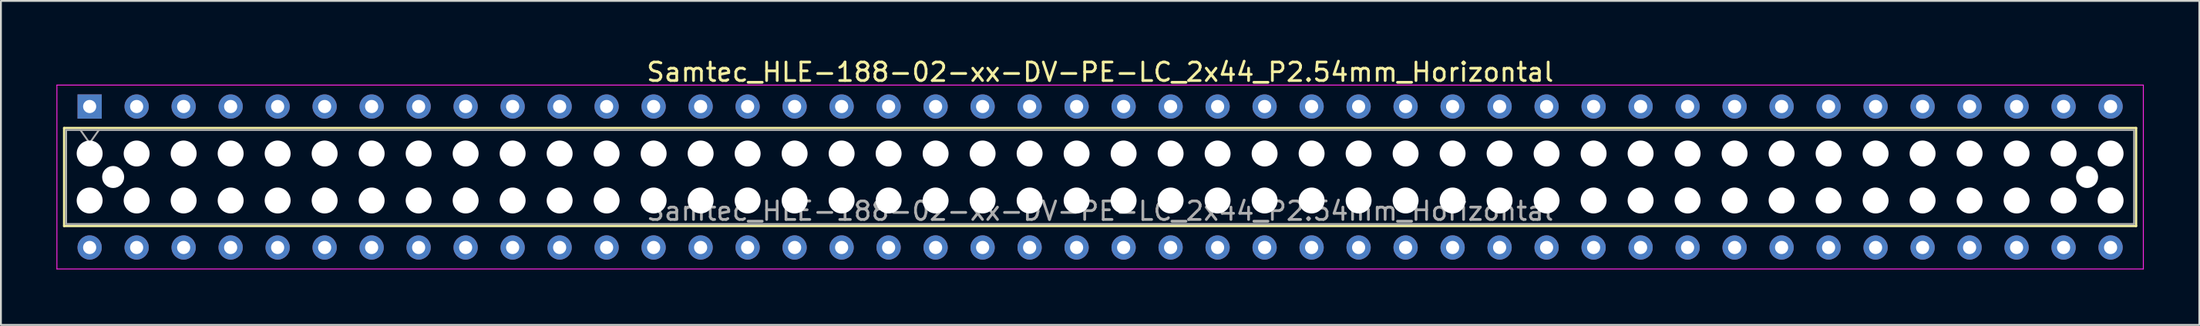
<source format=kicad_pcb>
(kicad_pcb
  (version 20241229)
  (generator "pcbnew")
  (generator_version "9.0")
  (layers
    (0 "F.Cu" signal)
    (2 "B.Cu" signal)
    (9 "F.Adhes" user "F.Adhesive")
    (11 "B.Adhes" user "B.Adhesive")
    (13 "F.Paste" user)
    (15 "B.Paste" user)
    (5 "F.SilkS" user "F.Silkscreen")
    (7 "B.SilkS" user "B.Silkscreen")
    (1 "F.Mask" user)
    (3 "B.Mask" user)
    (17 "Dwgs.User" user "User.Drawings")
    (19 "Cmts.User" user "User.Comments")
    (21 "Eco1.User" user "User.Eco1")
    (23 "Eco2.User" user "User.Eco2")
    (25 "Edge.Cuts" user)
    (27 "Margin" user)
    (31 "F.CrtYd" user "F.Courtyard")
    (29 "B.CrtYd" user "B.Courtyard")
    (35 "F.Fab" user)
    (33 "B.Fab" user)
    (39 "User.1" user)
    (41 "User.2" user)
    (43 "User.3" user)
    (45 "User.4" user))
  (footprint "Samtec_HLE-188-02-xx-DV-PE-LC_2x44_P2.54mm_Horizontal"
    (layer "F.Cu")
    (at 1.795 2.708)
    (property "Reference" "Samtec_HLE-188-02-xx-DV-PE-LC_2x44_P2.54mm_Horizontal" (at 54.61 -1.86 0) (layer "F.SilkS") (effects (font (size 1 1) (thickness 0.15))))
    (attr through_hole)
    (fp_line (start -1.38 1.16) (end 110.6 1.16) (stroke (width 0.12) (type solid)) (layer "F.SilkS"))
    (fp_line (start -1.38 6.46) (end -1.38 1.16) (stroke (width 0.12) (type solid)) (layer "F.SilkS"))
    (fp_line (start 110.6 1.16) (end 110.6 6.46) (stroke (width 0.12) (type solid)) (layer "F.SilkS"))
    (fp_line (start 110.6 6.46) (end -1.38 6.46) (stroke (width 0.12) (type solid)) (layer "F.SilkS"))
    (fp_line (start -1.77 -1.16) (end 110.99 -1.16) (stroke (width 0.05) (type solid)) (layer "F.CrtYd"))
    (fp_line (start -1.77 8.78) (end -1.77 -1.16) (stroke (width 0.05) (type solid)) (layer "F.CrtYd"))
    (fp_line (start 110.99 -1.16) (end 110.99 8.78) (stroke (width 0.05) (type solid)) (layer "F.CrtYd"))
    (fp_line (start 110.99 8.78) (end -1.77 8.78) (stroke (width 0.05) (type solid)) (layer "F.CrtYd"))
    (fp_line (start -1.27 1.27) (end 110.49 1.27) (stroke (width 0.1) (type solid)) (layer "F.Fab"))
    (fp_line (start -1.27 6.35) (end -1.27 1.27) (stroke (width 0.1) (type solid)) (layer "F.Fab"))
    (fp_line (start -0.5 1.27) (end 0 1.977) (stroke (width 0.1) (type solid)) (layer "F.Fab"))
    (fp_line (start 0 1.977) (end 0.5 1.27) (stroke (width 0.1) (type solid)) (layer "F.Fab"))
    (fp_line (start 110.49 1.27) (end 110.49 6.35) (stroke (width 0.1) (type solid)) (layer "F.Fab"))
    (fp_line (start 110.49 6.35) (end -1.27 6.35) (stroke (width 0.1) (type solid)) (layer "F.Fab"))
    (fp_text user "${REFERENCE}" (at 54.61 5.65 0) (layer "F.Fab") (effects (font (size 1 1) (thickness 0.15))))
    (pad "" np_thru_hole circle (at 0 2.54) (size 1.4 1.4) (drill 1.4) (layers "*.Cu" "*.Mask"))
    (pad "" np_thru_hole circle (at 0 5.08) (size 1.4 1.4) (drill 1.4) (layers "*.Cu" "*.Mask"))
    (pad "" np_thru_hole circle (at 1.27 3.81) (size 1.19 1.19) (drill 1.19) (layers "*.Cu" "*.Mask"))
    (pad "" np_thru_hole circle (at 2.54 2.54) (size 1.4 1.4) (drill 1.4) (layers "*.Cu" "*.Mask"))
    (pad "" np_thru_hole circle (at 2.54 5.08) (size 1.4 1.4) (drill 1.4) (layers "*.Cu" "*.Mask"))
    (pad "" np_thru_hole circle (at 5.08 2.54) (size 1.4 1.4) (drill 1.4) (layers "*.Cu" "*.Mask"))
    (pad "" np_thru_hole circle (at 5.08 5.08) (size 1.4 1.4) (drill 1.4) (layers "*.Cu" "*.Mask"))
    (pad "" np_thru_hole circle (at 7.62 2.54) (size 1.4 1.4) (drill 1.4) (layers "*.Cu" "*.Mask"))
    (pad "" np_thru_hole circle (at 7.62 5.08) (size 1.4 1.4) (drill 1.4) (layers "*.Cu" "*.Mask"))
    (pad "" np_thru_hole circle (at 10.16 2.54) (size 1.4 1.4) (drill 1.4) (layers "*.Cu" "*.Mask"))
    (pad "" np_thru_hole circle (at 10.16 5.08) (size 1.4 1.4) (drill 1.4) (layers "*.Cu" "*.Mask"))
    (pad "" np_thru_hole circle (at 12.7 2.54) (size 1.4 1.4) (drill 1.4) (layers "*.Cu" "*.Mask"))
    (pad "" np_thru_hole circle (at 12.7 5.08) (size 1.4 1.4) (drill 1.4) (layers "*.Cu" "*.Mask"))
    (pad "" np_thru_hole circle (at 15.24 2.54) (size 1.4 1.4) (drill 1.4) (layers "*.Cu" "*.Mask"))
    (pad "" np_thru_hole circle (at 15.24 5.08) (size 1.4 1.4) (drill 1.4) (layers "*.Cu" "*.Mask"))
    (pad "" np_thru_hole circle (at 17.78 2.54) (size 1.4 1.4) (drill 1.4) (layers "*.Cu" "*.Mask"))
    (pad "" np_thru_hole circle (at 17.78 5.08) (size 1.4 1.4) (drill 1.4) (layers "*.Cu" "*.Mask"))
    (pad "" np_thru_hole circle (at 20.32 2.54) (size 1.4 1.4) (drill 1.4) (layers "*.Cu" "*.Mask"))
    (pad "" np_thru_hole circle (at 20.32 5.08) (size 1.4 1.4) (drill 1.4) (layers "*.Cu" "*.Mask"))
    (pad "" np_thru_hole circle (at 22.86 2.54) (size 1.4 1.4) (drill 1.4) (layers "*.Cu" "*.Mask"))
    (pad "" np_thru_hole circle (at 22.86 5.08) (size 1.4 1.4) (drill 1.4) (layers "*.Cu" "*.Mask"))
    (pad "" np_thru_hole circle (at 25.4 2.54) (size 1.4 1.4) (drill 1.4) (layers "*.Cu" "*.Mask"))
    (pad "" np_thru_hole circle (at 25.4 5.08) (size 1.4 1.4) (drill 1.4) (layers "*.Cu" "*.Mask"))
    (pad "" np_thru_hole circle (at 27.94 2.54) (size 1.4 1.4) (drill 1.4) (layers "*.Cu" "*.Mask"))
    (pad "" np_thru_hole circle (at 27.94 5.08) (size 1.4 1.4) (drill 1.4) (layers "*.Cu" "*.Mask"))
    (pad "" np_thru_hole circle (at 30.48 2.54) (size 1.4 1.4) (drill 1.4) (layers "*.Cu" "*.Mask"))
    (pad "" np_thru_hole circle (at 30.48 5.08) (size 1.4 1.4) (drill 1.4) (layers "*.Cu" "*.Mask"))
    (pad "" np_thru_hole circle (at 33.02 2.54) (size 1.4 1.4) (drill 1.4) (layers "*.Cu" "*.Mask"))
    (pad "" np_thru_hole circle (at 33.02 5.08) (size 1.4 1.4) (drill 1.4) (layers "*.Cu" "*.Mask"))
    (pad "" np_thru_hole circle (at 35.56 2.54) (size 1.4 1.4) (drill 1.4) (layers "*.Cu" "*.Mask"))
    (pad "" np_thru_hole circle (at 35.56 5.08) (size 1.4 1.4) (drill 1.4) (layers "*.Cu" "*.Mask"))
    (pad "" np_thru_hole circle (at 38.1 2.54) (size 1.4 1.4) (drill 1.4) (layers "*.Cu" "*.Mask"))
    (pad "" np_thru_hole circle (at 38.1 5.08) (size 1.4 1.4) (drill 1.4) (layers "*.Cu" "*.Mask"))
    (pad "" np_thru_hole circle (at 40.64 2.54) (size 1.4 1.4) (drill 1.4) (layers "*.Cu" "*.Mask"))
    (pad "" np_thru_hole circle (at 40.64 5.08) (size 1.4 1.4) (drill 1.4) (layers "*.Cu" "*.Mask"))
    (pad "" np_thru_hole circle (at 43.18 2.54) (size 1.4 1.4) (drill 1.4) (layers "*.Cu" "*.Mask"))
    (pad "" np_thru_hole circle (at 43.18 5.08) (size 1.4 1.4) (drill 1.4) (layers "*.Cu" "*.Mask"))
    (pad "" np_thru_hole circle (at 45.72 2.54) (size 1.4 1.4) (drill 1.4) (layers "*.Cu" "*.Mask"))
    (pad "" np_thru_hole circle (at 45.72 5.08) (size 1.4 1.4) (drill 1.4) (layers "*.Cu" "*.Mask"))
    (pad "" np_thru_hole circle (at 48.26 2.54) (size 1.4 1.4) (drill 1.4) (layers "*.Cu" "*.Mask"))
    (pad "" np_thru_hole circle (at 48.26 5.08) (size 1.4 1.4) (drill 1.4) (layers "*.Cu" "*.Mask"))
    (pad "" np_thru_hole circle (at 50.8 2.54) (size 1.4 1.4) (drill 1.4) (layers "*.Cu" "*.Mask"))
    (pad "" np_thru_hole circle (at 50.8 5.08) (size 1.4 1.4) (drill 1.4) (layers "*.Cu" "*.Mask"))
    (pad "" np_thru_hole circle (at 53.34 2.54) (size 1.4 1.4) (drill 1.4) (layers "*.Cu" "*.Mask"))
    (pad "" np_thru_hole circle (at 53.34 5.08) (size 1.4 1.4) (drill 1.4) (layers "*.Cu" "*.Mask"))
    (pad "" np_thru_hole circle (at 55.88 2.54) (size 1.4 1.4) (drill 1.4) (layers "*.Cu" "*.Mask"))
    (pad "" np_thru_hole circle (at 55.88 5.08) (size 1.4 1.4) (drill 1.4) (layers "*.Cu" "*.Mask"))
    (pad "" np_thru_hole circle (at 58.42 2.54) (size 1.4 1.4) (drill 1.4) (layers "*.Cu" "*.Mask"))
    (pad "" np_thru_hole circle (at 58.42 5.08) (size 1.4 1.4) (drill 1.4) (layers "*.Cu" "*.Mask"))
    (pad "" np_thru_hole circle (at 60.96 2.54) (size 1.4 1.4) (drill 1.4) (layers "*.Cu" "*.Mask"))
    (pad "" np_thru_hole circle (at 60.96 5.08) (size 1.4 1.4) (drill 1.4) (layers "*.Cu" "*.Mask"))
    (pad "" np_thru_hole circle (at 63.5 2.54) (size 1.4 1.4) (drill 1.4) (layers "*.Cu" "*.Mask"))
    (pad "" np_thru_hole circle (at 63.5 5.08) (size 1.4 1.4) (drill 1.4) (layers "*.Cu" "*.Mask"))
    (pad "" np_thru_hole circle (at 66.04 2.54) (size 1.4 1.4) (drill 1.4) (layers "*.Cu" "*.Mask"))
    (pad "" np_thru_hole circle (at 66.04 5.08) (size 1.4 1.4) (drill 1.4) (layers "*.Cu" "*.Mask"))
    (pad "" np_thru_hole circle (at 68.58 2.54) (size 1.4 1.4) (drill 1.4) (layers "*.Cu" "*.Mask"))
    (pad "" np_thru_hole circle (at 68.58 5.08) (size 1.4 1.4) (drill 1.4) (layers "*.Cu" "*.Mask"))
    (pad "" np_thru_hole circle (at 71.12 2.54) (size 1.4 1.4) (drill 1.4) (layers "*.Cu" "*.Mask"))
    (pad "" np_thru_hole circle (at 71.12 5.08) (size 1.4 1.4) (drill 1.4) (layers "*.Cu" "*.Mask"))
    (pad "" np_thru_hole circle (at 73.66 2.54) (size 1.4 1.4) (drill 1.4) (layers "*.Cu" "*.Mask"))
    (pad "" np_thru_hole circle (at 73.66 5.08) (size 1.4 1.4) (drill 1.4) (layers "*.Cu" "*.Mask"))
    (pad "" np_thru_hole circle (at 76.2 2.54) (size 1.4 1.4) (drill 1.4) (layers "*.Cu" "*.Mask"))
    (pad "" np_thru_hole circle (at 76.2 5.08) (size 1.4 1.4) (drill 1.4) (layers "*.Cu" "*.Mask"))
    (pad "" np_thru_hole circle (at 78.74 2.54) (size 1.4 1.4) (drill 1.4) (layers "*.Cu" "*.Mask"))
    (pad "" np_thru_hole circle (at 78.74 5.08) (size 1.4 1.4) (drill 1.4) (layers "*.Cu" "*.Mask"))
    (pad "" np_thru_hole circle (at 81.28 2.54) (size 1.4 1.4) (drill 1.4) (layers "*.Cu" "*.Mask"))
    (pad "" np_thru_hole circle (at 81.28 5.08) (size 1.4 1.4) (drill 1.4) (layers "*.Cu" "*.Mask"))
    (pad "" np_thru_hole circle (at 83.82 2.54) (size 1.4 1.4) (drill 1.4) (layers "*.Cu" "*.Mask"))
    (pad "" np_thru_hole circle (at 83.82 5.08) (size 1.4 1.4) (drill 1.4) (layers "*.Cu" "*.Mask"))
    (pad "" np_thru_hole circle (at 86.36 2.54) (size 1.4 1.4) (drill 1.4) (layers "*.Cu" "*.Mask"))
    (pad "" np_thru_hole circle (at 86.36 5.08) (size 1.4 1.4) (drill 1.4) (layers "*.Cu" "*.Mask"))
    (pad "" np_thru_hole circle (at 88.9 2.54) (size 1.4 1.4) (drill 1.4) (layers "*.Cu" "*.Mask"))
    (pad "" np_thru_hole circle (at 88.9 5.08) (size 1.4 1.4) (drill 1.4) (layers "*.Cu" "*.Mask"))
    (pad "" np_thru_hole circle (at 91.44 2.54) (size 1.4 1.4) (drill 1.4) (layers "*.Cu" "*.Mask"))
    (pad "" np_thru_hole circle (at 91.44 5.08) (size 1.4 1.4) (drill 1.4) (layers "*.Cu" "*.Mask"))
    (pad "" np_thru_hole circle (at 93.98 2.54) (size 1.4 1.4) (drill 1.4) (layers "*.Cu" "*.Mask"))
    (pad "" np_thru_hole circle (at 93.98 5.08) (size 1.4 1.4) (drill 1.4) (layers "*.Cu" "*.Mask"))
    (pad "" np_thru_hole circle (at 96.52 2.54) (size 1.4 1.4) (drill 1.4) (layers "*.Cu" "*.Mask"))
    (pad "" np_thru_hole circle (at 96.52 5.08) (size 1.4 1.4) (drill 1.4) (layers "*.Cu" "*.Mask"))
    (pad "" np_thru_hole circle (at 99.06 2.54) (size 1.4 1.4) (drill 1.4) (layers "*.Cu" "*.Mask"))
    (pad "" np_thru_hole circle (at 99.06 5.08) (size 1.4 1.4) (drill 1.4) (layers "*.Cu" "*.Mask"))
    (pad "" np_thru_hole circle (at 101.6 2.54) (size 1.4 1.4) (drill 1.4) (layers "*.Cu" "*.Mask"))
    (pad "" np_thru_hole circle (at 101.6 5.08) (size 1.4 1.4) (drill 1.4) (layers "*.Cu" "*.Mask"))
    (pad "" np_thru_hole circle (at 104.14 2.54) (size 1.4 1.4) (drill 1.4) (layers "*.Cu" "*.Mask"))
    (pad "" np_thru_hole circle (at 104.14 5.08) (size 1.4 1.4) (drill 1.4) (layers "*.Cu" "*.Mask"))
    (pad "" np_thru_hole circle (at 106.68 2.54) (size 1.4 1.4) (drill 1.4) (layers "*.Cu" "*.Mask"))
    (pad "" np_thru_hole circle (at 106.68 5.08) (size 1.4 1.4) (drill 1.4) (layers "*.Cu" "*.Mask"))
    (pad "" np_thru_hole circle (at 107.95 3.81) (size 1.19 1.19) (drill 1.19) (layers "*.Cu" "*.Mask"))
    (pad "" np_thru_hole circle (at 109.22 2.54) (size 1.4 1.4) (drill 1.4) (layers "*.Cu" "*.Mask"))
    (pad "" np_thru_hole circle (at 109.22 5.08) (size 1.4 1.4) (drill 1.4) (layers "*.Cu" "*.Mask"))
    (pad "1" thru_hole rect (at 0 0) (size 1.31 1.31) (drill 0.71) (layers "*.Cu" "*.Mask"))
    (pad "2" thru_hole circle (at 0 7.62) (size 1.31 1.31) (drill 0.71) (layers "*.Cu" "*.Mask"))
    (pad "3" thru_hole circle (at 2.54 0) (size 1.31 1.31) (drill 0.71) (layers "*.Cu" "*.Mask"))
    (pad "4" thru_hole circle (at 2.54 7.62) (size 1.31 1.31) (drill 0.71) (layers "*.Cu" "*.Mask"))
    (pad "5" thru_hole circle (at 5.08 0) (size 1.31 1.31) (drill 0.71) (layers "*.Cu" "*.Mask"))
    (pad "6" thru_hole circle (at 5.08 7.62) (size 1.31 1.31) (drill 0.71) (layers "*.Cu" "*.Mask"))
    (pad "7" thru_hole circle (at 7.62 0) (size 1.31 1.31) (drill 0.71) (layers "*.Cu" "*.Mask"))
    (pad "8" thru_hole circle (at 7.62 7.62) (size 1.31 1.31) (drill 0.71) (layers "*.Cu" "*.Mask"))
    (pad "9" thru_hole circle (at 10.16 0) (size 1.31 1.31) (drill 0.71) (layers "*.Cu" "*.Mask"))
    (pad "10" thru_hole circle (at 10.16 7.62) (size 1.31 1.31) (drill 0.71) (layers "*.Cu" "*.Mask"))
    (pad "11" thru_hole circle (at 12.7 0) (size 1.31 1.31) (drill 0.71) (layers "*.Cu" "*.Mask"))
    (pad "12" thru_hole circle (at 12.7 7.62) (size 1.31 1.31) (drill 0.71) (layers "*.Cu" "*.Mask"))
    (pad "13" thru_hole circle (at 15.24 0) (size 1.31 1.31) (drill 0.71) (layers "*.Cu" "*.Mask"))
    (pad "14" thru_hole circle (at 15.24 7.62) (size 1.31 1.31) (drill 0.71) (layers "*.Cu" "*.Mask"))
    (pad "15" thru_hole circle (at 17.78 0) (size 1.31 1.31) (drill 0.71) (layers "*.Cu" "*.Mask"))
    (pad "16" thru_hole circle (at 17.78 7.62) (size 1.31 1.31) (drill 0.71) (layers "*.Cu" "*.Mask"))
    (pad "17" thru_hole circle (at 20.32 0) (size 1.31 1.31) (drill 0.71) (layers "*.Cu" "*.Mask"))
    (pad "18" thru_hole circle (at 20.32 7.62) (size 1.31 1.31) (drill 0.71) (layers "*.Cu" "*.Mask"))
    (pad "19" thru_hole circle (at 22.86 0) (size 1.31 1.31) (drill 0.71) (layers "*.Cu" "*.Mask"))
    (pad "20" thru_hole circle (at 22.86 7.62) (size 1.31 1.31) (drill 0.71) (layers "*.Cu" "*.Mask"))
    (pad "21" thru_hole circle (at 25.4 0) (size 1.31 1.31) (drill 0.71) (layers "*.Cu" "*.Mask"))
    (pad "22" thru_hole circle (at 25.4 7.62) (size 1.31 1.31) (drill 0.71) (layers "*.Cu" "*.Mask"))
    (pad "23" thru_hole circle (at 27.94 0) (size 1.31 1.31) (drill 0.71) (layers "*.Cu" "*.Mask"))
    (pad "24" thru_hole circle (at 27.94 7.62) (size 1.31 1.31) (drill 0.71) (layers "*.Cu" "*.Mask"))
    (pad "25" thru_hole circle (at 30.48 0) (size 1.31 1.31) (drill 0.71) (layers "*.Cu" "*.Mask"))
    (pad "26" thru_hole circle (at 30.48 7.62) (size 1.31 1.31) (drill 0.71) (layers "*.Cu" "*.Mask"))
    (pad "27" thru_hole circle (at 33.02 0) (size 1.31 1.31) (drill 0.71) (layers "*.Cu" "*.Mask"))
    (pad "28" thru_hole circle (at 33.02 7.62) (size 1.31 1.31) (drill 0.71) (layers "*.Cu" "*.Mask"))
    (pad "29" thru_hole circle (at 35.56 0) (size 1.31 1.31) (drill 0.71) (layers "*.Cu" "*.Mask"))
    (pad "30" thru_hole circle (at 35.56 7.62) (size 1.31 1.31) (drill 0.71) (layers "*.Cu" "*.Mask"))
    (pad "31" thru_hole circle (at 38.1 0) (size 1.31 1.31) (drill 0.71) (layers "*.Cu" "*.Mask"))
    (pad "32" thru_hole circle (at 38.1 7.62) (size 1.31 1.31) (drill 0.71) (layers "*.Cu" "*.Mask"))
    (pad "33" thru_hole circle (at 40.64 0) (size 1.31 1.31) (drill 0.71) (layers "*.Cu" "*.Mask"))
    (pad "34" thru_hole circle (at 40.64 7.62) (size 1.31 1.31) (drill 0.71) (layers "*.Cu" "*.Mask"))
    (pad "35" thru_hole circle (at 43.18 0) (size 1.31 1.31) (drill 0.71) (layers "*.Cu" "*.Mask"))
    (pad "36" thru_hole circle (at 43.18 7.62) (size 1.31 1.31) (drill 0.71) (layers "*.Cu" "*.Mask"))
    (pad "37" thru_hole circle (at 45.72 0) (size 1.31 1.31) (drill 0.71) (layers "*.Cu" "*.Mask"))
    (pad "38" thru_hole circle (at 45.72 7.62) (size 1.31 1.31) (drill 0.71) (layers "*.Cu" "*.Mask"))
    (pad "39" thru_hole circle (at 48.26 0) (size 1.31 1.31) (drill 0.71) (layers "*.Cu" "*.Mask"))
    (pad "40" thru_hole circle (at 48.26 7.62) (size 1.31 1.31) (drill 0.71) (layers "*.Cu" "*.Mask"))
    (pad "41" thru_hole circle (at 50.8 0) (size 1.31 1.31) (drill 0.71) (layers "*.Cu" "*.Mask"))
    (pad "42" thru_hole circle (at 50.8 7.62) (size 1.31 1.31) (drill 0.71) (layers "*.Cu" "*.Mask"))
    (pad "43" thru_hole circle (at 53.34 0) (size 1.31 1.31) (drill 0.71) (layers "*.Cu" "*.Mask"))
    (pad "44" thru_hole circle (at 53.34 7.62) (size 1.31 1.31) (drill 0.71) (layers "*.Cu" "*.Mask"))
    (pad "45" thru_hole circle (at 55.88 0) (size 1.31 1.31) (drill 0.71) (layers "*.Cu" "*.Mask"))
    (pad "46" thru_hole circle (at 55.88 7.62) (size 1.31 1.31) (drill 0.71) (layers "*.Cu" "*.Mask"))
    (pad "47" thru_hole circle (at 58.42 0) (size 1.31 1.31) (drill 0.71) (layers "*.Cu" "*.Mask"))
    (pad "48" thru_hole circle (at 58.42 7.62) (size 1.31 1.31) (drill 0.71) (layers "*.Cu" "*.Mask"))
    (pad "49" thru_hole circle (at 60.96 0) (size 1.31 1.31) (drill 0.71) (layers "*.Cu" "*.Mask"))
    (pad "50" thru_hole circle (at 60.96 7.62) (size 1.31 1.31) (drill 0.71) (layers "*.Cu" "*.Mask"))
    (pad "51" thru_hole circle (at 63.5 0) (size 1.31 1.31) (drill 0.71) (layers "*.Cu" "*.Mask"))
    (pad "52" thru_hole circle (at 63.5 7.62) (size 1.31 1.31) (drill 0.71) (layers "*.Cu" "*.Mask"))
    (pad "53" thru_hole circle (at 66.04 0) (size 1.31 1.31) (drill 0.71) (layers "*.Cu" "*.Mask"))
    (pad "54" thru_hole circle (at 66.04 7.62) (size 1.31 1.31) (drill 0.71) (layers "*.Cu" "*.Mask"))
    (pad "55" thru_hole circle (at 68.58 0) (size 1.31 1.31) (drill 0.71) (layers "*.Cu" "*.Mask"))
    (pad "56" thru_hole circle (at 68.58 7.62) (size 1.31 1.31) (drill 0.71) (layers "*.Cu" "*.Mask"))
    (pad "57" thru_hole circle (at 71.12 0) (size 1.31 1.31) (drill 0.71) (layers "*.Cu" "*.Mask"))
    (pad "58" thru_hole circle (at 71.12 7.62) (size 1.31 1.31) (drill 0.71) (layers "*.Cu" "*.Mask"))
    (pad "59" thru_hole circle (at 73.66 0) (size 1.31 1.31) (drill 0.71) (layers "*.Cu" "*.Mask"))
    (pad "60" thru_hole circle (at 73.66 7.62) (size 1.31 1.31) (drill 0.71) (layers "*.Cu" "*.Mask"))
    (pad "61" thru_hole circle (at 76.2 0) (size 1.31 1.31) (drill 0.71) (layers "*.Cu" "*.Mask"))
    (pad "62" thru_hole circle (at 76.2 7.62) (size 1.31 1.31) (drill 0.71) (layers "*.Cu" "*.Mask"))
    (pad "63" thru_hole circle (at 78.74 0) (size 1.31 1.31) (drill 0.71) (layers "*.Cu" "*.Mask"))
    (pad "64" thru_hole circle (at 78.74 7.62) (size 1.31 1.31) (drill 0.71) (layers "*.Cu" "*.Mask"))
    (pad "65" thru_hole circle (at 81.28 0) (size 1.31 1.31) (drill 0.71) (layers "*.Cu" "*.Mask"))
    (pad "66" thru_hole circle (at 81.28 7.62) (size 1.31 1.31) (drill 0.71) (layers "*.Cu" "*.Mask"))
    (pad "67" thru_hole circle (at 83.82 0) (size 1.31 1.31) (drill 0.71) (layers "*.Cu" "*.Mask"))
    (pad "68" thru_hole circle (at 83.82 7.62) (size 1.31 1.31) (drill 0.71) (layers "*.Cu" "*.Mask"))
    (pad "69" thru_hole circle (at 86.36 0) (size 1.31 1.31) (drill 0.71) (layers "*.Cu" "*.Mask"))
    (pad "70" thru_hole circle (at 86.36 7.62) (size 1.31 1.31) (drill 0.71) (layers "*.Cu" "*.Mask"))
    (pad "71" thru_hole circle (at 88.9 0) (size 1.31 1.31) (drill 0.71) (layers "*.Cu" "*.Mask"))
    (pad "72" thru_hole circle (at 88.9 7.62) (size 1.31 1.31) (drill 0.71) (layers "*.Cu" "*.Mask"))
    (pad "73" thru_hole circle (at 91.44 0) (size 1.31 1.31) (drill 0.71) (layers "*.Cu" "*.Mask"))
    (pad "74" thru_hole circle (at 91.44 7.62) (size 1.31 1.31) (drill 0.71) (layers "*.Cu" "*.Mask"))
    (pad "75" thru_hole circle (at 93.98 0) (size 1.31 1.31) (drill 0.71) (layers "*.Cu" "*.Mask"))
    (pad "76" thru_hole circle (at 93.98 7.62) (size 1.31 1.31) (drill 0.71) (layers "*.Cu" "*.Mask"))
    (pad "77" thru_hole circle (at 96.52 0) (size 1.31 1.31) (drill 0.71) (layers "*.Cu" "*.Mask"))
    (pad "78" thru_hole circle (at 96.52 7.62) (size 1.31 1.31) (drill 0.71) (layers "*.Cu" "*.Mask"))
    (pad "79" thru_hole circle (at 99.06 0) (size 1.31 1.31) (drill 0.71) (layers "*.Cu" "*.Mask"))
    (pad "80" thru_hole circle (at 99.06 7.62) (size 1.31 1.31) (drill 0.71) (layers "*.Cu" "*.Mask"))
    (pad "81" thru_hole circle (at 101.6 0) (size 1.31 1.31) (drill 0.71) (layers "*.Cu" "*.Mask"))
    (pad "82" thru_hole circle (at 101.6 7.62) (size 1.31 1.31) (drill 0.71) (layers "*.Cu" "*.Mask"))
    (pad "83" thru_hole circle (at 104.14 0) (size 1.31 1.31) (drill 0.71) (layers "*.Cu" "*.Mask"))
    (pad "84" thru_hole circle (at 104.14 7.62) (size 1.31 1.31) (drill 0.71) (layers "*.Cu" "*.Mask"))
    (pad "85" thru_hole circle (at 106.68 0) (size 1.31 1.31) (drill 0.71) (layers "*.Cu" "*.Mask"))
    (pad "86" thru_hole circle (at 106.68 7.62) (size 1.31 1.31) (drill 0.71) (layers "*.Cu" "*.Mask"))
    (pad "87" thru_hole circle (at 109.22 0) (size 1.31 1.31) (drill 0.71) (layers "*.Cu" "*.Mask"))
    (pad "88" thru_hole circle (at 109.22 7.62) (size 1.31 1.31) (drill 0.71) (layers "*.Cu" "*.Mask")))
  (gr_rect
    (start -3 -3)
    (end 115.81 14.513)
    (stroke (width 0.1) (type default))
    (fill no)
    (layer "Edge.Cuts")))
</source>
